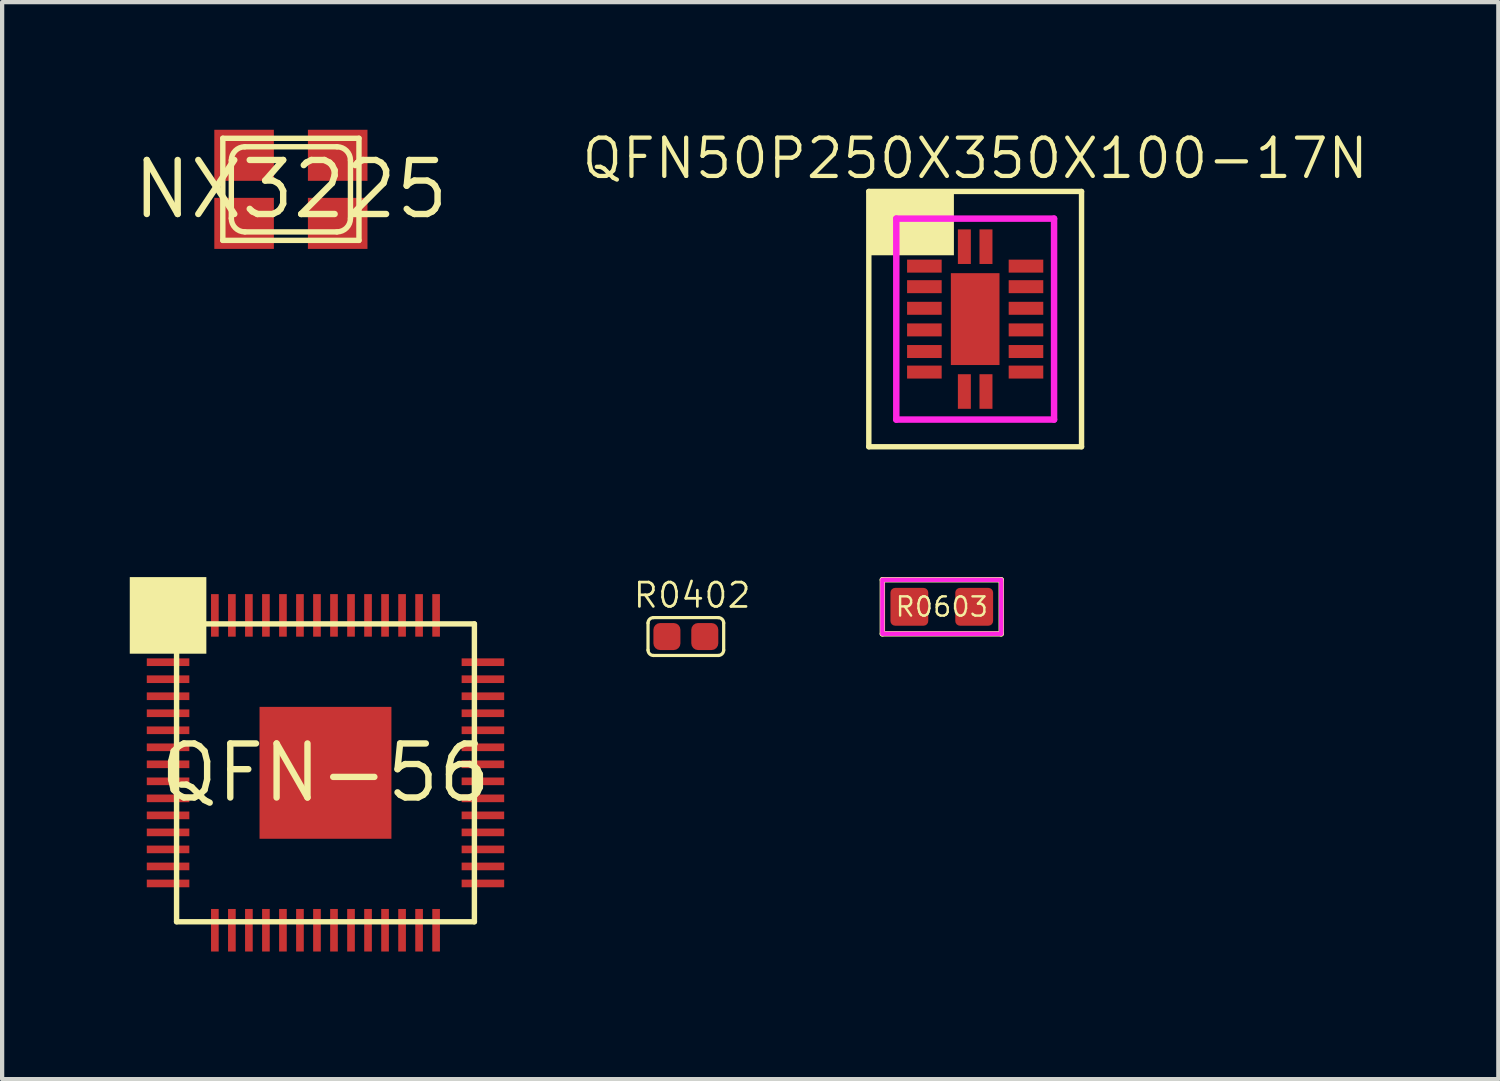
<source format=kicad_pcb>
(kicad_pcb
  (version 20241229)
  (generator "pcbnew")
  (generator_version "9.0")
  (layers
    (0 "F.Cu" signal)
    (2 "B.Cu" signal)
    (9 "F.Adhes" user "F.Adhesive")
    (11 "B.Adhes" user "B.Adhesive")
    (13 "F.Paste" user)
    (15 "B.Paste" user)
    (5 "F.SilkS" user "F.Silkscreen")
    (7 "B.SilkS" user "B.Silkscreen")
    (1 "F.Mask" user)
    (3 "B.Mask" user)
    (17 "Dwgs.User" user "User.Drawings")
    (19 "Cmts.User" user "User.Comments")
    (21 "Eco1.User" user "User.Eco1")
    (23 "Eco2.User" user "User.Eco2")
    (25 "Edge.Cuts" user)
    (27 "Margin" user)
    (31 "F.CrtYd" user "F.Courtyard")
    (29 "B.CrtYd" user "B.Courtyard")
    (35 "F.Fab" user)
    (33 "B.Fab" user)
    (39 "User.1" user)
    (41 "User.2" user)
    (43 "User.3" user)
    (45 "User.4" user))
  (footprint "R0603"
    (layer "F.Cu")
    (at 19.085 11.212)
    (property "Reference" "R0603" (at 0 0 0) (layer "F.SilkS") (effects (font (size 0.452 0.452) (thickness 0.056))))
    (fp_line (start -1.397 -0.635) (end 1.397 -0.635) (stroke (width 0.127) (type solid)) (layer "F.SilkS"))
    (fp_line (start -1.397 0.635) (end -1.397 -0.635) (stroke (width 0.127) (type solid)) (layer "F.SilkS"))
    (fp_line (start 1.397 -0.635) (end 1.397 0.635) (stroke (width 0.127) (type solid)) (layer "F.SilkS"))
    (fp_line (start 1.397 0.635) (end -1.397 0.635) (stroke (width 0.127) (type solid)) (layer "F.SilkS"))
    (fp_poly (pts (xy -0.361 0) (xy -0.741 0.38) (xy -1.142 0.38) (xy -1.142 -0.38) (xy -0.741 -0.38)) (stroke (width 0) (type solid)) (fill yes) (layer "F.Paste"))
    (fp_poly (pts (xy 1.142 0.38) (xy 0.741 0.38) (xy 0.361 0) (xy 0.741 -0.38) (xy 1.142 -0.38)) (stroke (width 0) (type solid)) (fill yes) (layer "F.Paste"))
    (fp_poly (pts (xy -1.397 0.635) (xy 1.397 0.635) (xy 1.397 -0.635) (xy -1.397 -0.635)) (stroke (width 0.1) (type solid)) (fill no) (layer "F.CrtYd"))
    (pad "1" smd roundrect (at -0.762 0) (size 0.889 0.889) (layers "F.Cu" "F.Mask") (roundrect_rratio 0.125))
    (pad "2" smd roundrect (at 0.762 0) (size 0.889 0.889) (layers "F.Cu" "F.Mask") (roundrect_rratio 0.125)))
  (footprint "QFN50P250X350X100-17N"
    (layer "F.Cu")
    (at 19.87 4.45)
    (property "Reference" "QFN50P250X350X100-17N" (at 0 -3.25 0) (layer "F.SilkS") (effects (font (size 0.9 0.9) (thickness 0.1)) (justify bottom)))
    (fp_line (start -2.5 -3) (end 2.5 -3) (stroke (width 0.127) (type solid)) (layer "F.SilkS"))
    (fp_line (start -2.5 3) (end -2.5 -3) (stroke (width 0.127) (type solid)) (layer "F.SilkS"))
    (fp_line (start 2.5 -3) (end 2.5 3) (stroke (width 0.127) (type solid)) (layer "F.SilkS"))
    (fp_line (start 2.5 3) (end -2.5 3) (stroke (width 0.127) (type solid)) (layer "F.SilkS"))
    (fp_poly (pts (xy -2.5 -1.5) (xy -0.5 -1.5) (xy -0.5 -3) (xy -2.5 -3)) (stroke (width 0) (type solid)) (fill yes) (layer "F.SilkS"))
    (fp_line (start -1.854 -2.362) (end 1.854 -2.362) (stroke (width 0.152) (type solid)) (layer "F.CrtYd"))
    (fp_line (start -1.854 2.362) (end -1.854 -2.362) (stroke (width 0.152) (type solid)) (layer "F.CrtYd"))
    (fp_line (start 1.854 -2.362) (end 1.854 2.362) (stroke (width 0.152) (type solid)) (layer "F.CrtYd"))
    (fp_line (start 1.854 2.362) (end -1.854 2.362) (stroke (width 0.152) (type solid)) (layer "F.CrtYd"))
    (pad "1" smd rect (at -0.254 -1.702 180) (size 0.305 0.813) (layers "F.Cu" "F.Mask" "F.Paste"))
    (pad "2" smd rect (at -1.194 -1.245 270) (size 0.305 0.813) (layers "F.Cu" "F.Mask" "F.Paste"))
    (pad "3" smd rect (at -1.194 -0.762 270) (size 0.305 0.813) (layers "F.Cu" "F.Mask" "F.Paste"))
    (pad "4" smd rect (at -1.194 -0.254 270) (size 0.305 0.813) (layers "F.Cu" "F.Mask" "F.Paste"))
    (pad "5" smd rect (at -1.194 0.254 270) (size 0.305 0.813) (layers "F.Cu" "F.Mask" "F.Paste"))
    (pad "6" smd rect (at -1.194 0.762 270) (size 0.305 0.813) (layers "F.Cu" "F.Mask" "F.Paste"))
    (pad "7" smd rect (at -1.194 1.245 270) (size 0.305 0.813) (layers "F.Cu" "F.Mask" "F.Paste"))
    (pad "8" smd rect (at -0.254 1.702 180) (size 0.305 0.813) (layers "F.Cu" "F.Mask" "F.Paste"))
    (pad "9" smd rect (at 0.254 1.702 180) (size 0.305 0.813) (layers "F.Cu" "F.Mask" "F.Paste"))
    (pad "10" smd rect (at 1.194 1.245 270) (size 0.305 0.813) (layers "F.Cu" "F.Mask" "F.Paste"))
    (pad "11" smd rect (at 1.194 0.762 270) (size 0.305 0.813) (layers "F.Cu" "F.Mask" "F.Paste"))
    (pad "12" smd rect (at 1.194 0.254 270) (size 0.305 0.813) (layers "F.Cu" "F.Mask" "F.Paste"))
    (pad "13" smd rect (at 1.194 -0.254 270) (size 0.305 0.813) (layers "F.Cu" "F.Mask" "F.Paste"))
    (pad "14" smd rect (at 1.194 -0.762 270) (size 0.305 0.813) (layers "F.Cu" "F.Mask" "F.Paste"))
    (pad "15" smd rect (at 1.194 -1.245 270) (size 0.305 0.813) (layers "F.Cu" "F.Mask" "F.Paste"))
    (pad "16" smd rect (at 0.254 -1.702 180) (size 0.305 0.813) (layers "F.Cu" "F.Mask" "F.Paste"))
    (pad "17" smd rect (at 0 0) (size 1.143 2.159) (layers "F.Cu" "F.Mask" "F.Paste")))
  (footprint "QFN-56"
    (layer "F.Cu")
    (at 4.6 15.114)
    (property "Reference" "QFN-56" (at 0 0 0) (layer "F.SilkS") (effects (font (size 1.27 1.27) (thickness 0.15))))
    (fp_line (start -3.5 -3.5) (end 3.5 -3.5) (stroke (width 0.127) (type solid)) (layer "F.SilkS"))
    (fp_line (start -3.5 3.5) (end -3.5 -3.5) (stroke (width 0.127) (type solid)) (layer "F.SilkS"))
    (fp_line (start 3.5 -3.5) (end 3.5 3.5) (stroke (width 0.127) (type solid)) (layer "F.SilkS"))
    (fp_line (start 3.5 3.5) (end -3.5 3.5) (stroke (width 0.127) (type solid)) (layer "F.SilkS"))
    (fp_poly (pts (xy -4.6 -2.8) (xy -2.8 -2.8) (xy -2.8 -4.6) (xy -4.6 -4.6)) (stroke (width 0) (type solid)) (fill yes) (layer "F.SilkS"))
    (pad "GND" smd rect (at 0 0) (size 3.1 3.1) (layers "F.Cu" "F.Mask" "F.Paste"))
    (pad "P$1" smd rect (at -3.7 -2.6) (size 1 0.18) (layers "F.Cu" "F.Mask" "F.Paste"))
    (pad "P$2" smd rect (at -3.7 -2.2) (size 1 0.18) (layers "F.Cu" "F.Mask" "F.Paste"))
    (pad "P$3" smd rect (at -3.7 -1.8) (size 1 0.18) (layers "F.Cu" "F.Mask" "F.Paste"))
    (pad "P$4" smd rect (at -3.7 -1.4) (size 1 0.18) (layers "F.Cu" "F.Mask" "F.Paste"))
    (pad "P$5" smd rect (at -3.7 -1) (size 1 0.18) (layers "F.Cu" "F.Mask" "F.Paste"))
    (pad "P$6" smd rect (at -3.7 -0.6) (size 1 0.18) (layers "F.Cu" "F.Mask" "F.Paste"))
    (pad "P$7" smd rect (at -3.7 -0.2) (size 1 0.18) (layers "F.Cu" "F.Mask" "F.Paste"))
    (pad "P$8" smd rect (at -3.7 0.2) (size 1 0.18) (layers "F.Cu" "F.Mask" "F.Paste"))
    (pad "P$9" smd rect (at -3.7 0.6) (size 1 0.18) (layers "F.Cu" "F.Mask" "F.Paste"))
    (pad "P$10" smd rect (at -3.7 1) (size 1 0.18) (layers "F.Cu" "F.Mask" "F.Paste"))
    (pad "P$11" smd rect (at -3.7 1.4) (size 1 0.18) (layers "F.Cu" "F.Mask" "F.Paste"))
    (pad "P$12" smd rect (at -3.7 1.8) (size 1 0.18) (layers "F.Cu" "F.Mask" "F.Paste"))
    (pad "P$13" smd rect (at -3.7 2.2) (size 1 0.18) (layers "F.Cu" "F.Mask" "F.Paste"))
    (pad "P$14" smd rect (at -3.7 2.6) (size 1 0.18) (layers "F.Cu" "F.Mask" "F.Paste"))
    (pad "P$15" smd rect (at -2.6 3.7 90) (size 1 0.18) (layers "F.Cu" "F.Mask" "F.Paste"))
    (pad "P$16" smd rect (at -2.2 3.7 90) (size 1 0.18) (layers "F.Cu" "F.Mask" "F.Paste"))
    (pad "P$17" smd rect (at -1.8 3.7 90) (size 1 0.18) (layers "F.Cu" "F.Mask" "F.Paste"))
    (pad "P$18" smd rect (at -1.4 3.7 90) (size 1 0.18) (layers "F.Cu" "F.Mask" "F.Paste"))
    (pad "P$19" smd rect (at -1 3.7 90) (size 1 0.18) (layers "F.Cu" "F.Mask" "F.Paste"))
    (pad "P$20" smd rect (at -0.6 3.7 90) (size 1 0.18) (layers "F.Cu" "F.Mask" "F.Paste"))
    (pad "P$21" smd rect (at -0.2 3.7 90) (size 1 0.18) (layers "F.Cu" "F.Mask" "F.Paste"))
    (pad "P$22" smd rect (at 0.2 3.7 90) (size 1 0.18) (layers "F.Cu" "F.Mask" "F.Paste"))
    (pad "P$23" smd rect (at 0.6 3.7 90) (size 1 0.18) (layers "F.Cu" "F.Mask" "F.Paste"))
    (pad "P$24" smd rect (at 1 3.7 90) (size 1 0.18) (layers "F.Cu" "F.Mask" "F.Paste"))
    (pad "P$25" smd rect (at 1.4 3.7 90) (size 1 0.18) (layers "F.Cu" "F.Mask" "F.Paste"))
    (pad "P$26" smd rect (at 1.8 3.7 90) (size 1 0.18) (layers "F.Cu" "F.Mask" "F.Paste"))
    (pad "P$27" smd rect (at 2.2 3.7 90) (size 1 0.18) (layers "F.Cu" "F.Mask" "F.Paste"))
    (pad "P$28" smd rect (at 2.6 3.7 90) (size 1 0.18) (layers "F.Cu" "F.Mask" "F.Paste"))
    (pad "P$29" smd rect (at 3.7 2.6 180) (size 1 0.18) (layers "F.Cu" "F.Mask" "F.Paste"))
    (pad "P$30" smd rect (at 3.7 2.2 180) (size 1 0.18) (layers "F.Cu" "F.Mask" "F.Paste"))
    (pad "P$31" smd rect (at 3.7 1.8 180) (size 1 0.18) (layers "F.Cu" "F.Mask" "F.Paste"))
    (pad "P$32" smd rect (at 3.7 1.4 180) (size 1 0.18) (layers "F.Cu" "F.Mask" "F.Paste"))
    (pad "P$33" smd rect (at 3.7 1 180) (size 1 0.18) (layers "F.Cu" "F.Mask" "F.Paste"))
    (pad "P$34" smd rect (at 3.7 0.6 180) (size 1 0.18) (layers "F.Cu" "F.Mask" "F.Paste"))
    (pad "P$35" smd rect (at 3.7 0.2 180) (size 1 0.18) (layers "F.Cu" "F.Mask" "F.Paste"))
    (pad "P$36" smd rect (at 3.7 -0.2 180) (size 1 0.18) (layers "F.Cu" "F.Mask" "F.Paste"))
    (pad "P$37" smd rect (at 3.7 -0.6 180) (size 1 0.18) (layers "F.Cu" "F.Mask" "F.Paste"))
    (pad "P$38" smd rect (at 3.7 -1 180) (size 1 0.18) (layers "F.Cu" "F.Mask" "F.Paste"))
    (pad "P$39" smd rect (at 3.7 -1.4 180) (size 1 0.18) (layers "F.Cu" "F.Mask" "F.Paste"))
    (pad "P$40" smd rect (at 3.7 -1.8 180) (size 1 0.18) (layers "F.Cu" "F.Mask" "F.Paste"))
    (pad "P$41" smd rect (at 3.7 -2.2 180) (size 1 0.18) (layers "F.Cu" "F.Mask" "F.Paste"))
    (pad "P$42" smd rect (at 3.7 -2.6 180) (size 1 0.18) (layers "F.Cu" "F.Mask" "F.Paste"))
    (pad "P$43" smd rect (at 2.6 -3.7 270) (size 1 0.18) (layers "F.Cu" "F.Mask" "F.Paste"))
    (pad "P$44" smd rect (at 2.2 -3.7 270) (size 1 0.18) (layers "F.Cu" "F.Mask" "F.Paste"))
    (pad "P$45" smd rect (at 1.8 -3.7 270) (size 1 0.18) (layers "F.Cu" "F.Mask" "F.Paste"))
    (pad "P$46" smd rect (at 1.4 -3.7 270) (size 1 0.18) (layers "F.Cu" "F.Mask" "F.Paste"))
    (pad "P$47" smd rect (at 1 -3.7 270) (size 1 0.18) (layers "F.Cu" "F.Mask" "F.Paste"))
    (pad "P$48" smd rect (at 0.6 -3.7 270) (size 1 0.18) (layers "F.Cu" "F.Mask" "F.Paste"))
    (pad "P$49" smd rect (at 0.2 -3.7 270) (size 1 0.18) (layers "F.Cu" "F.Mask" "F.Paste"))
    (pad "P$50" smd rect (at -0.2 -3.7 270) (size 1 0.18) (layers "F.Cu" "F.Mask" "F.Paste"))
    (pad "P$51" smd rect (at -0.6 -3.7 270) (size 1 0.18) (layers "F.Cu" "F.Mask" "F.Paste"))
    (pad "P$52" smd rect (at -1 -3.7 270) (size 1 0.18) (layers "F.Cu" "F.Mask" "F.Paste"))
    (pad "P$53" smd rect (at -1.4 -3.7 270) (size 1 0.18) (layers "F.Cu" "F.Mask" "F.Paste"))
    (pad "P$54" smd rect (at -1.8 -3.7 270) (size 1 0.18) (layers "F.Cu" "F.Mask" "F.Paste"))
    (pad "P$55" smd rect (at -2.2 -3.7 270) (size 1 0.18) (layers "F.Cu" "F.Mask" "F.Paste"))
    (pad "P$56" smd rect (at -2.6 -3.7 270) (size 1 0.18) (layers "F.Cu" "F.Mask" "F.Paste")))
  (footprint "R0402"
    (layer "F.Cu")
    (at 13.07 11.911)
    (property "Reference" "R0402" (at -1.27 -0.635 0) (layer "F.SilkS") (effects (font (size 0.572 0.572) (thickness 0.064)) (justify left bottom)))
    (fp_line (start -0.889 0.318) (end -0.889 -0.318) (stroke (width 0.076) (type solid)) (layer "F.SilkS"))
    (fp_line (start -0.762 -0.445) (end 0.762 -0.445) (stroke (width 0.076) (type solid)) (layer "F.SilkS"))
    (fp_line (start 0.762 0.445) (end -0.762 0.445) (stroke (width 0.076) (type solid)) (layer "F.SilkS"))
    (fp_line (start 0.889 -0.318) (end 0.889 0.318) (stroke (width 0.076) (type solid)) (layer "F.SilkS"))
    (fp_arc (start -0.889 -0.3175) (mid -0.851803 -0.407303) (end -0.762 -0.4445) (stroke (width 0.0762) (type solid)) (layer "F.SilkS"))
    (fp_arc (start -0.762 0.4445) (mid -0.851803 0.407303) (end -0.889 0.3175) (stroke (width 0.0762) (type solid)) (layer "F.SilkS"))
    (fp_arc (start 0.762 -0.4445) (mid 0.851803 -0.407303) (end 0.889 -0.3175) (stroke (width 0.0762) (type solid)) (layer "F.SilkS"))
    (fp_arc (start 0.889 0.3175) (mid 0.851803 0.407303) (end 0.762 0.4445) (stroke (width 0.0762) (type solid)) (layer "F.SilkS"))
    (pad "1" smd roundrect (at -0.445 0) (size 0.635 0.635) (layers "F.Cu" "F.Mask" "F.Paste") (roundrect_rratio 0.25))
    (pad "2" smd roundrect (at 0.445 0) (size 0.635 0.635) (layers "F.Cu" "F.Mask" "F.Paste") (roundrect_rratio 0.25)))
  (footprint "NX3225"
    (layer "F.Cu")
    (at 3.787 1.4)
    (property "Reference" "NX3225" (at 0 0 0) (layer "F.SilkS") (effects (font (size 1.27 1.27) (thickness 0.15))))
    (fp_line (start -1.6 -1.2) (end -1.6 1.2) (stroke (width 0.127) (type solid)) (layer "F.SilkS"))
    (fp_line (start -1.6 1.2) (end 1.6 1.2) (stroke (width 0.127) (type solid)) (layer "F.SilkS"))
    (fp_line (start -1.4 0.682) (end -1.4 -0.682) (stroke (width 0.127) (type solid)) (layer "F.SilkS"))
    (fp_line (start -1.083 -1) (end 1.083 -1) (stroke (width 0.127) (type solid)) (layer "F.SilkS"))
    (fp_line (start 1.083 1) (end -1.083 1) (stroke (width 0.127) (type solid)) (layer "F.SilkS"))
    (fp_line (start 1.4 -0.682) (end 1.4 0.682) (stroke (width 0.127) (type solid)) (layer "F.SilkS"))
    (fp_line (start 1.6 -1.2) (end -1.6 -1.2) (stroke (width 0.127) (type solid)) (layer "F.SilkS"))
    (fp_line (start 1.6 1.2) (end 1.6 -1.2) (stroke (width 0.127) (type solid)) (layer "F.SilkS"))
    (fp_arc (start -1.4 -0.6825) (mid -1.307006 -0.907006) (end -1.0825 -1) (stroke (width 0.127) (type solid)) (layer "F.SilkS"))
    (fp_arc (start -1.0825 1) (mid -1.307006 0.907006) (end -1.4 0.6825) (stroke (width 0.127) (type solid)) (layer "F.SilkS"))
    (fp_arc (start 1.0825 -1) (mid 1.307006 -0.907006) (end 1.4 -0.6825) (stroke (width 0.127) (type solid)) (layer "F.SilkS"))
    (fp_arc (start 1.4 0.6825) (mid 1.307006 0.907006) (end 1.0825 1) (stroke (width 0.127) (type solid)) (layer "F.SilkS"))
    (pad "1" smd rect (at -1.1 0.8 90) (size 1.2 1.4) (layers "F.Cu" "F.Mask" "F.Paste"))
    (pad "2" smd rect (at 1.1 0.8 90) (size 1.2 1.4) (layers "F.Cu" "F.Mask" "F.Paste"))
    (pad "3" smd rect (at 1.1 -0.8 90) (size 1.2 1.4) (layers "F.Cu" "F.Mask" "F.Paste"))
    (pad "4" smd rect (at -1.1 -0.8 90) (size 1.2 1.4) (layers "F.Cu" "F.Mask" "F.Paste")))
  (gr_rect
    (start -3 -3)
    (end 32.166 22.314)
    (stroke (width 0.1) (type default))
    (fill no)
    (layer "Edge.Cuts")))
</source>
